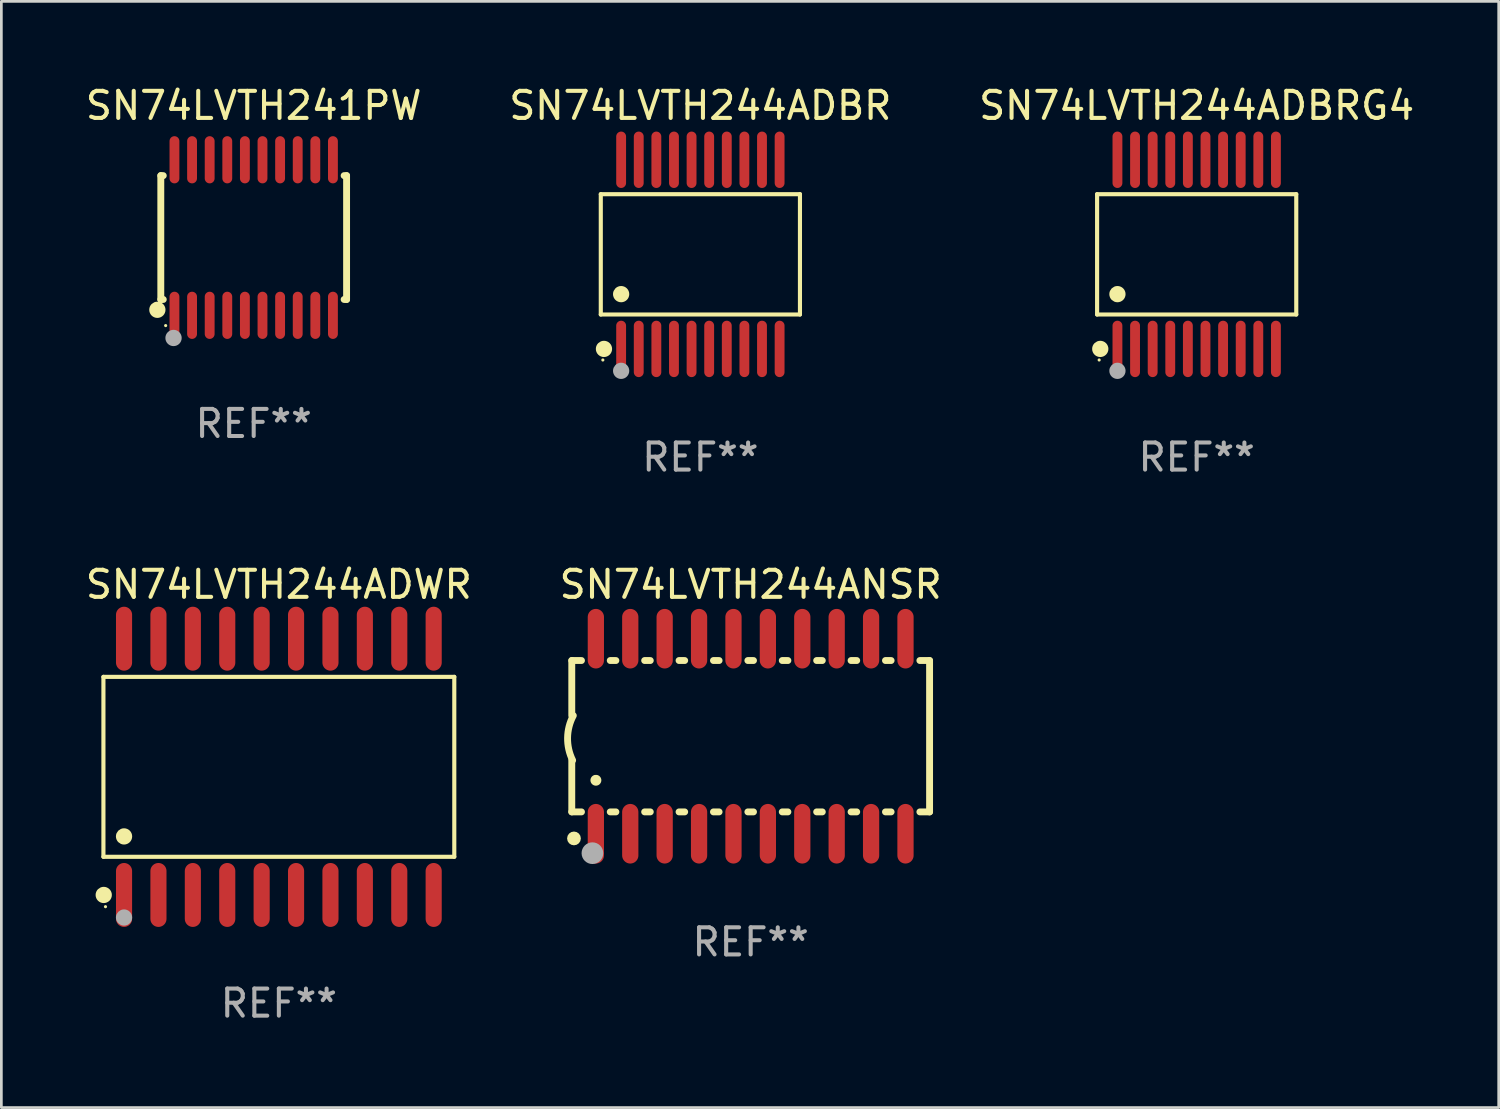
<source format=kicad_pcb>
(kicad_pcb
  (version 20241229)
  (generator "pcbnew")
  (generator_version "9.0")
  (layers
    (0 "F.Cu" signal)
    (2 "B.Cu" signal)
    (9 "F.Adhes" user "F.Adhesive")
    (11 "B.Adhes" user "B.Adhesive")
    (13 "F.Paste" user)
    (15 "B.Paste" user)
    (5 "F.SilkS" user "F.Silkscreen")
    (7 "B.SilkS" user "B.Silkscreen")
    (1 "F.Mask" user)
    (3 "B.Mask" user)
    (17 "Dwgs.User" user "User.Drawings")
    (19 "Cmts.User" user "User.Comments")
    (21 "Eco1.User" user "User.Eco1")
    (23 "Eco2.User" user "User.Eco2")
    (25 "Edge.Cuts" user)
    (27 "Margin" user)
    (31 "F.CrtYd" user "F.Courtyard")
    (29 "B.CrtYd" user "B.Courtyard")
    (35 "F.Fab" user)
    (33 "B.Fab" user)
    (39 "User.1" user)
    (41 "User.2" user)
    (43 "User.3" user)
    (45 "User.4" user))
  (footprint "SN74LVTH244ADBRG4"
    (layer "F.Cu")
    (at 41.125 6.339)
    (property "Reference" "SN74LVTH244ADBRG4" (at 0 -5.491 0) (layer "F.SilkS") (effects (font (size 1 1) (thickness 0.15))))
    (attr through_hole)
    (fp_line (start -3.676 -2.221) (end 3.676 -2.221) (stroke (width 0.152) (type solid)) (layer "F.SilkS"))
    (fp_line (start -3.676 2.221) (end -3.676 -2.221) (stroke (width 0.152) (type solid)) (layer "F.SilkS"))
    (fp_line (start 3.676 -2.221) (end 3.676 2.221) (stroke (width 0.152) (type solid)) (layer "F.SilkS"))
    (fp_line (start 3.676 2.221) (end -3.676 2.221) (stroke (width 0.152) (type solid)) (layer "F.SilkS"))
    (fp_circle (center -3.6 3.9) (end -3.57 3.9) (stroke (width 0.06) (type solid)) (fill no) (layer "F.SilkS"))
    (fp_circle (center -3.559 3.491) (end -3.409 3.491) (stroke (width 0.3) (type solid)) (fill no) (layer "F.SilkS"))
    (fp_circle (center -2.925 1.469) (end -2.775 1.469) (stroke (width 0.3) (type solid)) (fill no) (layer "F.SilkS"))
    (fp_circle (center -2.925 4.3) (end -2.775 4.3) (stroke (width 0.3) (type solid)) (fill no) (layer "F.Fab"))
    (fp_text user "REF**" (at 0 7.491 0) (layer "F.Fab") (effects (font (size 1 1) (thickness 0.15))))
    (pad "1" smd oval (at -2.925 3.491) (size 0.364 2.082) (layers "F.Cu" "F.Mask" "F.Paste"))
    (pad "2" smd oval (at -2.275 3.491) (size 0.364 2.082) (layers "F.Cu" "F.Mask" "F.Paste"))
    (pad "3" smd oval (at -1.625 3.491) (size 0.364 2.082) (layers "F.Cu" "F.Mask" "F.Paste"))
    (pad "4" smd oval (at -0.975 3.491) (size 0.364 2.082) (layers "F.Cu" "F.Mask" "F.Paste"))
    (pad "5" smd oval (at -0.325 3.491) (size 0.364 2.082) (layers "F.Cu" "F.Mask" "F.Paste"))
    (pad "6" smd oval (at 0.325 3.491) (size 0.364 2.082) (layers "F.Cu" "F.Mask" "F.Paste"))
    (pad "7" smd oval (at 0.975 3.491) (size 0.364 2.082) (layers "F.Cu" "F.Mask" "F.Paste"))
    (pad "8" smd oval (at 1.625 3.491) (size 0.364 2.082) (layers "F.Cu" "F.Mask" "F.Paste"))
    (pad "9" smd oval (at 2.275 3.491) (size 0.364 2.082) (layers "F.Cu" "F.Mask" "F.Paste"))
    (pad "10" smd oval (at 2.925 3.491) (size 0.364 2.082) (layers "F.Cu" "F.Mask" "F.Paste"))
    (pad "11" smd oval (at 2.925 -3.491) (size 0.364 2.082) (layers "F.Cu" "F.Mask" "F.Paste"))
    (pad "12" smd oval (at 2.275 -3.491) (size 0.364 2.082) (layers "F.Cu" "F.Mask" "F.Paste"))
    (pad "13" smd oval (at 1.625 -3.491) (size 0.364 2.082) (layers "F.Cu" "F.Mask" "F.Paste"))
    (pad "14" smd oval (at 0.975 -3.491) (size 0.364 2.082) (layers "F.Cu" "F.Mask" "F.Paste"))
    (pad "15" smd oval (at 0.325 -3.491) (size 0.364 2.082) (layers "F.Cu" "F.Mask" "F.Paste"))
    (pad "16" smd oval (at -0.325 -3.491) (size 0.364 2.082) (layers "F.Cu" "F.Mask" "F.Paste"))
    (pad "17" smd oval (at -0.975 -3.491) (size 0.364 2.082) (layers "F.Cu" "F.Mask" "F.Paste"))
    (pad "18" smd oval (at -1.625 -3.491) (size 0.364 2.082) (layers "F.Cu" "F.Mask" "F.Paste"))
    (pad "19" smd oval (at -2.275 -3.491) (size 0.364 2.082) (layers "F.Cu" "F.Mask" "F.Paste"))
    (pad "20" smd oval (at -2.925 -3.491) (size 0.364 2.082) (layers "F.Cu" "F.Mask" "F.Paste")))
  (footprint "SN74LVTH244ADBR"
    (layer "F.Cu")
    (at 22.804 6.339)
    (property "Reference" "SN74LVTH244ADBR" (at 0 -5.491 0) (layer "F.SilkS") (effects (font (size 1 1) (thickness 0.15))))
    (attr through_hole)
    (fp_line (start -3.676 -2.221) (end 3.676 -2.221) (stroke (width 0.152) (type solid)) (layer "F.SilkS"))
    (fp_line (start -3.676 2.221) (end -3.676 -2.221) (stroke (width 0.152) (type solid)) (layer "F.SilkS"))
    (fp_line (start 3.676 -2.221) (end 3.676 2.221) (stroke (width 0.152) (type solid)) (layer "F.SilkS"))
    (fp_line (start 3.676 2.221) (end -3.676 2.221) (stroke (width 0.152) (type solid)) (layer "F.SilkS"))
    (fp_circle (center -3.6 3.9) (end -3.57 3.9) (stroke (width 0.06) (type solid)) (fill no) (layer "F.SilkS"))
    (fp_circle (center -3.559 3.491) (end -3.409 3.491) (stroke (width 0.3) (type solid)) (fill no) (layer "F.SilkS"))
    (fp_circle (center -2.925 1.469) (end -2.775 1.469) (stroke (width 0.3) (type solid)) (fill no) (layer "F.SilkS"))
    (fp_circle (center -2.925 4.3) (end -2.775 4.3) (stroke (width 0.3) (type solid)) (fill no) (layer "F.Fab"))
    (fp_text user "REF**" (at 0 7.491 0) (layer "F.Fab") (effects (font (size 1 1) (thickness 0.15))))
    (pad "1" smd oval (at -2.925 3.491) (size 0.364 2.082) (layers "F.Cu" "F.Mask" "F.Paste"))
    (pad "2" smd oval (at -2.275 3.491) (size 0.364 2.082) (layers "F.Cu" "F.Mask" "F.Paste"))
    (pad "3" smd oval (at -1.625 3.491) (size 0.364 2.082) (layers "F.Cu" "F.Mask" "F.Paste"))
    (pad "4" smd oval (at -0.975 3.491) (size 0.364 2.082) (layers "F.Cu" "F.Mask" "F.Paste"))
    (pad "5" smd oval (at -0.325 3.491) (size 0.364 2.082) (layers "F.Cu" "F.Mask" "F.Paste"))
    (pad "6" smd oval (at 0.325 3.491) (size 0.364 2.082) (layers "F.Cu" "F.Mask" "F.Paste"))
    (pad "7" smd oval (at 0.975 3.491) (size 0.364 2.082) (layers "F.Cu" "F.Mask" "F.Paste"))
    (pad "8" smd oval (at 1.625 3.491) (size 0.364 2.082) (layers "F.Cu" "F.Mask" "F.Paste"))
    (pad "9" smd oval (at 2.275 3.491) (size 0.364 2.082) (layers "F.Cu" "F.Mask" "F.Paste"))
    (pad "10" smd oval (at 2.925 3.491) (size 0.364 2.082) (layers "F.Cu" "F.Mask" "F.Paste"))
    (pad "11" smd oval (at 2.925 -3.491) (size 0.364 2.082) (layers "F.Cu" "F.Mask" "F.Paste"))
    (pad "12" smd oval (at 2.275 -3.491) (size 0.364 2.082) (layers "F.Cu" "F.Mask" "F.Paste"))
    (pad "13" smd oval (at 1.625 -3.491) (size 0.364 2.082) (layers "F.Cu" "F.Mask" "F.Paste"))
    (pad "14" smd oval (at 0.975 -3.491) (size 0.364 2.082) (layers "F.Cu" "F.Mask" "F.Paste"))
    (pad "15" smd oval (at 0.325 -3.491) (size 0.364 2.082) (layers "F.Cu" "F.Mask" "F.Paste"))
    (pad "16" smd oval (at -0.325 -3.491) (size 0.364 2.082) (layers "F.Cu" "F.Mask" "F.Paste"))
    (pad "17" smd oval (at -0.975 -3.491) (size 0.364 2.082) (layers "F.Cu" "F.Mask" "F.Paste"))
    (pad "18" smd oval (at -1.625 -3.491) (size 0.364 2.082) (layers "F.Cu" "F.Mask" "F.Paste"))
    (pad "19" smd oval (at -2.275 -3.491) (size 0.364 2.082) (layers "F.Cu" "F.Mask" "F.Paste"))
    (pad "20" smd oval (at -2.925 -3.491) (size 0.364 2.082) (layers "F.Cu" "F.Mask" "F.Paste")))
  (footprint "SN74LVTH244ANSR"
    (layer "F.Cu")
    (at 24.661 24.127)
    (property "Reference" "SN74LVTH244ANSR" (at 0 -5.6 0) (layer "F.SilkS") (effects (font (size 1 1) (thickness 0.15))))
    (attr through_hole)
    (fp_line (start -6.604 -2.794) (end -6.246 -2.794) (stroke (width 0.254) (type solid)) (layer "F.SilkS"))
    (fp_line (start -6.604 -0.762) (end -6.604 -2.794) (stroke (width 0.254) (type solid)) (layer "F.SilkS"))
    (fp_line (start -6.604 2.794) (end -6.604 0.889) (stroke (width 0.254) (type solid)) (layer "F.SilkS"))
    (fp_line (start -6.246 2.794) (end -6.604 2.794) (stroke (width 0.254) (type solid)) (layer "F.SilkS"))
    (fp_line (start -5.184 -2.794) (end -4.976 -2.794) (stroke (width 0.254) (type solid)) (layer "F.SilkS"))
    (fp_line (start -4.976 2.794) (end -5.184 2.794) (stroke (width 0.254) (type solid)) (layer "F.SilkS"))
    (fp_line (start -3.914 -2.794) (end -3.706 -2.794) (stroke (width 0.254) (type solid)) (layer "F.SilkS"))
    (fp_line (start -3.706 2.794) (end -3.914 2.794) (stroke (width 0.254) (type solid)) (layer "F.SilkS"))
    (fp_line (start -2.644 -2.794) (end -2.436 -2.794) (stroke (width 0.254) (type solid)) (layer "F.SilkS"))
    (fp_line (start -2.436 2.794) (end -2.644 2.794) (stroke (width 0.254) (type solid)) (layer "F.SilkS"))
    (fp_line (start -1.374 -2.794) (end -1.166 -2.794) (stroke (width 0.254) (type solid)) (layer "F.SilkS"))
    (fp_line (start -1.166 2.794) (end -1.374 2.794) (stroke (width 0.254) (type solid)) (layer "F.SilkS"))
    (fp_line (start -0.104 -2.794) (end 0.104 -2.794) (stroke (width 0.254) (type solid)) (layer "F.SilkS"))
    (fp_line (start 0.104 2.794) (end -0.104 2.794) (stroke (width 0.254) (type solid)) (layer "F.SilkS"))
    (fp_line (start 1.166 -2.794) (end 1.374 -2.794) (stroke (width 0.254) (type solid)) (layer "F.SilkS"))
    (fp_line (start 1.374 2.794) (end 1.166 2.794) (stroke (width 0.254) (type solid)) (layer "F.SilkS"))
    (fp_line (start 2.436 -2.794) (end 2.644 -2.794) (stroke (width 0.254) (type solid)) (layer "F.SilkS"))
    (fp_line (start 2.644 2.794) (end 2.436 2.794) (stroke (width 0.254) (type solid)) (layer "F.SilkS"))
    (fp_line (start 3.706 -2.794) (end 3.914 -2.794) (stroke (width 0.254) (type solid)) (layer "F.SilkS"))
    (fp_line (start 3.914 2.794) (end 3.706 2.794) (stroke (width 0.254) (type solid)) (layer "F.SilkS"))
    (fp_line (start 4.976 -2.794) (end 5.184 -2.794) (stroke (width 0.254) (type solid)) (layer "F.SilkS"))
    (fp_line (start 5.184 2.794) (end 4.976 2.794) (stroke (width 0.254) (type solid)) (layer "F.SilkS"))
    (fp_line (start 6.246 -2.794) (end 6.604 -2.794) (stroke (width 0.254) (type solid)) (layer "F.SilkS"))
    (fp_line (start 6.604 -2.794) (end 6.604 2.794) (stroke (width 0.254) (type solid)) (layer "F.SilkS"))
    (fp_line (start 6.604 2.794) (end 6.246 2.794) (stroke (width 0.254) (type solid)) (layer "F.SilkS"))
    (fp_arc (start -6.572821 0.889028) (mid -6.759035 0.060466) (end -6.547422 -0.761976) (stroke (width 0.254001) (type solid)) (layer "F.SilkS"))
    (fp_arc (start -6.570993 3.749047) (mid -6.569723 3.749042) (end -6.568453 3.749047) (stroke (width 0.3) (type solid)) (layer "F.SilkS"))
    (fp_arc (start -5.715011 1.625603) (mid -5.713741 1.625599) (end -5.712471 1.625603) (stroke (width 0.4) (type solid)) (layer "F.SilkS"))
    (fp_circle (center -6.523 3.773) (end -6.396 3.773) (stroke (width 0.254) (type solid)) (fill no) (layer "F.SilkS"))
    (fp_circle (center -5.842 4.318) (end -5.642 4.318) (stroke (width 0.4) (type solid)) (fill no) (layer "F.Fab"))
    (fp_text user "REF**" (at 0 7.6 0) (layer "F.Fab") (effects (font (size 1 1) (thickness 0.15))))
    (pad "1" smd oval (at -5.715 3.6) (size 0.6 2.2) (layers "F.Cu" "F.Mask" "F.Paste"))
    (pad "2" smd oval (at -4.445 3.6) (size 0.6 2.2) (layers "F.Cu" "F.Mask" "F.Paste"))
    (pad "3" smd oval (at -3.175 3.6) (size 0.6 2.2) (layers "F.Cu" "F.Mask" "F.Paste"))
    (pad "4" smd oval (at -1.905 3.6) (size 0.6 2.2) (layers "F.Cu" "F.Mask" "F.Paste"))
    (pad "5" smd oval (at -0.635 3.6) (size 0.6 2.2) (layers "F.Cu" "F.Mask" "F.Paste"))
    (pad "6" smd oval (at 0.635 3.6) (size 0.6 2.2) (layers "F.Cu" "F.Mask" "F.Paste"))
    (pad "7" smd oval (at 1.905 3.6) (size 0.6 2.2) (layers "F.Cu" "F.Mask" "F.Paste"))
    (pad "8" smd oval (at 3.175 3.6) (size 0.6 2.2) (layers "F.Cu" "F.Mask" "F.Paste"))
    (pad "9" smd oval (at 4.445 3.6) (size 0.6 2.2) (layers "F.Cu" "F.Mask" "F.Paste"))
    (pad "10" smd oval (at 5.715 3.6) (size 0.6 2.2) (layers "F.Cu" "F.Mask" "F.Paste"))
    (pad "11" smd oval (at 5.715 -3.6 180) (size 0.6 2.2) (layers "F.Cu" "F.Mask" "F.Paste"))
    (pad "12" smd oval (at 4.445 -3.6 180) (size 0.6 2.2) (layers "F.Cu" "F.Mask" "F.Paste"))
    (pad "13" smd oval (at 3.175 -3.6 180) (size 0.6 2.2) (layers "F.Cu" "F.Mask" "F.Paste"))
    (pad "14" smd oval (at 1.905 -3.6 180) (size 0.6 2.2) (layers "F.Cu" "F.Mask" "F.Paste"))
    (pad "15" smd oval (at 0.635 -3.6 180) (size 0.6 2.2) (layers "F.Cu" "F.Mask" "F.Paste"))
    (pad "16" smd oval (at -0.635 -3.6 180) (size 0.6 2.2) (layers "F.Cu" "F.Mask" "F.Paste"))
    (pad "17" smd oval (at -1.905 -3.6 180) (size 0.6 2.2) (layers "F.Cu" "F.Mask" "F.Paste"))
    (pad "18" smd oval (at -3.175 -3.6 180) (size 0.6 2.2) (layers "F.Cu" "F.Mask" "F.Paste"))
    (pad "19" smd oval (at -4.445 -3.6 180) (size 0.6 2.2) (layers "F.Cu" "F.Mask" "F.Paste"))
    (pad "20" smd oval (at -5.715 -3.6 180) (size 0.6 2.2) (layers "F.Cu" "F.Mask" "F.Paste")))
  (footprint "SN74LVTH244ADWR"
    (layer "F.Cu")
    (at 7.244 25.257)
    (property "Reference" "SN74LVTH244ADWR" (at 0 -6.73 0) (layer "F.SilkS") (effects (font (size 1 1) (thickness 0.15))))
    (attr through_hole)
    (fp_line (start -6.476 -3.321) (end 6.476 -3.321) (stroke (width 0.152) (type solid)) (layer "F.SilkS"))
    (fp_line (start -6.476 3.321) (end -6.476 -3.321) (stroke (width 0.152) (type solid)) (layer "F.SilkS"))
    (fp_line (start 6.476 -3.321) (end 6.476 3.321) (stroke (width 0.152) (type solid)) (layer "F.SilkS"))
    (fp_line (start 6.476 3.321) (end -6.476 3.321) (stroke (width 0.152) (type solid)) (layer "F.SilkS"))
    (fp_circle (center -6.465 4.73) (end -6.315 4.73) (stroke (width 0.3) (type solid)) (fill no) (layer "F.SilkS"))
    (fp_circle (center -6.4 5.163) (end -6.37 5.163) (stroke (width 0.06) (type solid)) (fill no) (layer "F.SilkS"))
    (fp_circle (center -5.715 2.569) (end -5.565 2.569) (stroke (width 0.3) (type solid)) (fill no) (layer "F.SilkS"))
    (fp_circle (center -5.715 5.563) (end -5.565 5.563) (stroke (width 0.3) (type solid)) (fill no) (layer "F.Fab"))
    (fp_text user "REF**" (at 0 8.73 0) (layer "F.Fab") (effects (font (size 1 1) (thickness 0.15))))
    (pad "1" smd oval (at -5.715 4.73) (size 0.595 2.36) (layers "F.Cu" "F.Mask" "F.Paste"))
    (pad "2" smd oval (at -4.445 4.73) (size 0.595 2.36) (layers "F.Cu" "F.Mask" "F.Paste"))
    (pad "3" smd oval (at -3.175 4.73) (size 0.595 2.36) (layers "F.Cu" "F.Mask" "F.Paste"))
    (pad "4" smd oval (at -1.905 4.73) (size 0.595 2.36) (layers "F.Cu" "F.Mask" "F.Paste"))
    (pad "5" smd oval (at -0.635 4.73) (size 0.595 2.36) (layers "F.Cu" "F.Mask" "F.Paste"))
    (pad "6" smd oval (at 0.635 4.73) (size 0.595 2.36) (layers "F.Cu" "F.Mask" "F.Paste"))
    (pad "7" smd oval (at 1.905 4.73) (size 0.595 2.36) (layers "F.Cu" "F.Mask" "F.Paste"))
    (pad "8" smd oval (at 3.175 4.73) (size 0.595 2.36) (layers "F.Cu" "F.Mask" "F.Paste"))
    (pad "9" smd oval (at 4.445 4.73) (size 0.595 2.36) (layers "F.Cu" "F.Mask" "F.Paste"))
    (pad "10" smd oval (at 5.715 4.73) (size 0.595 2.36) (layers "F.Cu" "F.Mask" "F.Paste"))
    (pad "11" smd oval (at 5.715 -4.73) (size 0.595 2.36) (layers "F.Cu" "F.Mask" "F.Paste"))
    (pad "12" smd oval (at 4.445 -4.73) (size 0.595 2.36) (layers "F.Cu" "F.Mask" "F.Paste"))
    (pad "13" smd oval (at 3.175 -4.73) (size 0.595 2.36) (layers "F.Cu" "F.Mask" "F.Paste"))
    (pad "14" smd oval (at 1.905 -4.73) (size 0.595 2.36) (layers "F.Cu" "F.Mask" "F.Paste"))
    (pad "15" smd oval (at 0.635 -4.73) (size 0.595 2.36) (layers "F.Cu" "F.Mask" "F.Paste"))
    (pad "16" smd oval (at -0.635 -4.73) (size 0.595 2.36) (layers "F.Cu" "F.Mask" "F.Paste"))
    (pad "17" smd oval (at -1.905 -4.73) (size 0.595 2.36) (layers "F.Cu" "F.Mask" "F.Paste"))
    (pad "18" smd oval (at -3.175 -4.73) (size 0.595 2.36) (layers "F.Cu" "F.Mask" "F.Paste"))
    (pad "19" smd oval (at -4.445 -4.73) (size 0.595 2.36) (layers "F.Cu" "F.Mask" "F.Paste"))
    (pad "20" smd oval (at -5.715 -4.73) (size 0.595 2.36) (layers "F.Cu" "F.Mask" "F.Paste")))
  (footprint "SN74LVTH241PW"
    (layer "F.Cu")
    (at 6.315 5.719)
    (property "Reference" "SN74LVTH241PW" (at 0 -4.871 0) (layer "F.SilkS") (effects (font (size 1 1) (thickness 0.15))))
    (attr through_hole)
    (fp_line (start -3.429 -2.286) (end -3.429 2.286) (stroke (width 0.254) (type solid)) (layer "F.SilkS"))
    (fp_line (start -3.429 2.286) (end -3.338 2.286) (stroke (width 0.254) (type solid)) (layer "F.SilkS"))
    (fp_line (start -3.338 -2.286) (end -3.429 -2.286) (stroke (width 0.254) (type solid)) (layer "F.SilkS"))
    (fp_line (start 3.338 -2.286) (end 3.429 -2.286) (stroke (width 0.254) (type solid)) (layer "F.SilkS"))
    (fp_line (start 3.429 -2.286) (end 3.429 2.286) (stroke (width 0.254) (type solid)) (layer "F.SilkS"))
    (fp_line (start 3.429 2.286) (end 3.338 2.286) (stroke (width 0.254) (type solid)) (layer "F.SilkS"))
    (fp_circle (center -3.556 2.667) (end -3.406 2.667) (stroke (width 0.3) (type solid)) (fill no) (layer "F.SilkS"))
    (fp_circle (center -3.25 3.25) (end -3.22 3.25) (stroke (width 0.06) (type solid)) (fill no) (layer "F.SilkS"))
    (fp_circle (center -2.959 3.707) (end -2.808 3.707) (stroke (width 0.3) (type solid)) (fill no) (layer "F.Fab"))
    (fp_text user "REF**" (at 0 6.871 0) (layer "F.Fab") (effects (font (size 1 1) (thickness 0.15))))
    (pad "1" smd oval (at -2.925 2.871) (size 0.364 1.742) (layers "F.Cu" "F.Mask" "F.Paste"))
    (pad "2" smd oval (at -2.275 2.871) (size 0.364 1.742) (layers "F.Cu" "F.Mask" "F.Paste"))
    (pad "3" smd oval (at -1.625 2.871) (size 0.364 1.742) (layers "F.Cu" "F.Mask" "F.Paste"))
    (pad "4" smd oval (at -0.975 2.871) (size 0.364 1.742) (layers "F.Cu" "F.Mask" "F.Paste"))
    (pad "5" smd oval (at -0.325 2.871) (size 0.364 1.742) (layers "F.Cu" "F.Mask" "F.Paste"))
    (pad "6" smd oval (at 0.325 2.871) (size 0.364 1.742) (layers "F.Cu" "F.Mask" "F.Paste"))
    (pad "7" smd oval (at 0.975 2.871) (size 0.364 1.742) (layers "F.Cu" "F.Mask" "F.Paste"))
    (pad "8" smd oval (at 1.625 2.871) (size 0.364 1.742) (layers "F.Cu" "F.Mask" "F.Paste"))
    (pad "9" smd oval (at 2.275 2.871) (size 0.364 1.742) (layers "F.Cu" "F.Mask" "F.Paste"))
    (pad "10" smd oval (at 2.925 2.871) (size 0.364 1.742) (layers "F.Cu" "F.Mask" "F.Paste"))
    (pad "11" smd oval (at 2.925 -2.871) (size 0.364 1.742) (layers "F.Cu" "F.Mask" "F.Paste"))
    (pad "12" smd oval (at 2.275 -2.871) (size 0.364 1.742) (layers "F.Cu" "F.Mask" "F.Paste"))
    (pad "13" smd oval (at 1.625 -2.871) (size 0.364 1.742) (layers "F.Cu" "F.Mask" "F.Paste"))
    (pad "14" smd oval (at 0.975 -2.871) (size 0.364 1.742) (layers "F.Cu" "F.Mask" "F.Paste"))
    (pad "15" smd oval (at 0.325 -2.871) (size 0.364 1.742) (layers "F.Cu" "F.Mask" "F.Paste"))
    (pad "16" smd oval (at -0.325 -2.871) (size 0.364 1.742) (layers "F.Cu" "F.Mask" "F.Paste"))
    (pad "17" smd oval (at -0.975 -2.871) (size 0.364 1.742) (layers "F.Cu" "F.Mask" "F.Paste"))
    (pad "18" smd oval (at -1.625 -2.871) (size 0.364 1.742) (layers "F.Cu" "F.Mask" "F.Paste"))
    (pad "19" smd oval (at -2.275 -2.871) (size 0.364 1.742) (layers "F.Cu" "F.Mask" "F.Paste"))
    (pad "20" smd oval (at -2.925 -2.871) (size 0.364 1.742) (layers "F.Cu" "F.Mask" "F.Paste")))
  (gr_rect
    (start -3 -3)
    (end 52.274 37.835)
    (stroke (width 0.1) (type default))
    (fill no)
    (layer "Edge.Cuts")))
</source>
